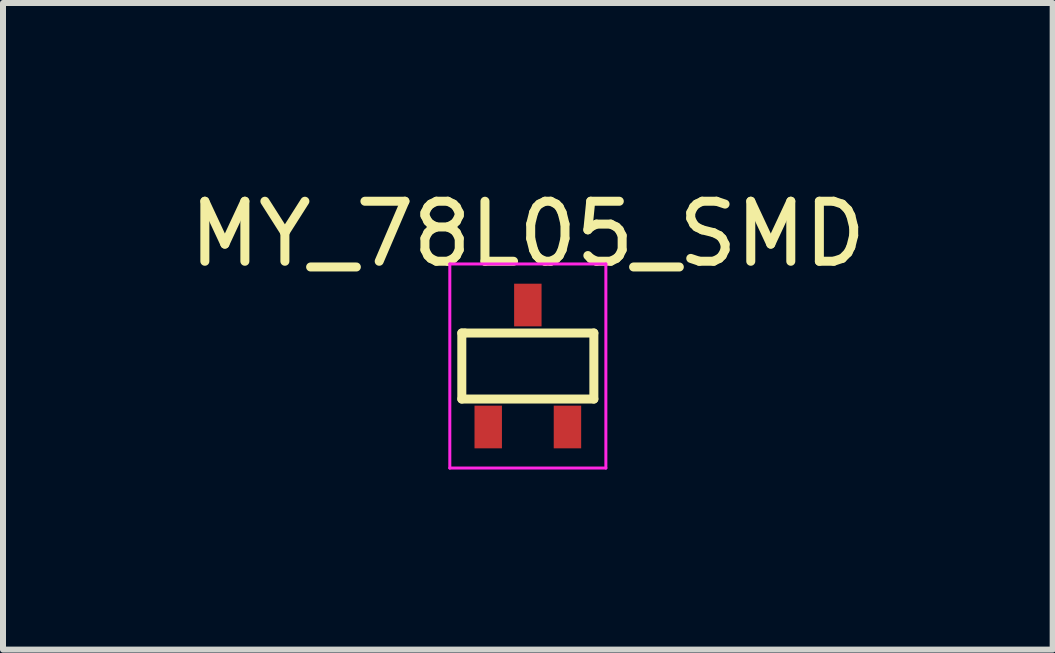
<source format=kicad_pcb>
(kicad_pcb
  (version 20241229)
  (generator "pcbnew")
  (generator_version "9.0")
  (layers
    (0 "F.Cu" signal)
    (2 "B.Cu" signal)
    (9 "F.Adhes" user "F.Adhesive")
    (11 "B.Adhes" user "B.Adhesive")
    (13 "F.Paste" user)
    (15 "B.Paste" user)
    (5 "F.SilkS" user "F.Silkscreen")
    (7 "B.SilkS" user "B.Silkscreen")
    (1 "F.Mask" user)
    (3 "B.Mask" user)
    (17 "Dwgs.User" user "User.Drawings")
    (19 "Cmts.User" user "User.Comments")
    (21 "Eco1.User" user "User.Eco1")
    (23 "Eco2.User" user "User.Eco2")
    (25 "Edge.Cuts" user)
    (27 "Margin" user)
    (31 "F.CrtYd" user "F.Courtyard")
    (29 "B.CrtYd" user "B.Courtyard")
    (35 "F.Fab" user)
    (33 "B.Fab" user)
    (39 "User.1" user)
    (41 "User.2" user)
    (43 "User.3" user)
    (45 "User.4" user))
  (footprint "MY_78L05_SMD"
    (layer "F.Cu")
    (at 5.744 3.048)
    (property "Reference" "MY_78L05_SMD" (at 0 -2.2 0) (layer "F.SilkS") (effects (font (size 1 1) (thickness 0.15))))
    (attr smd)
    (fp_line (start -1.1 -0.55) (end -1.1 0.55) (stroke (width 0.15) (type solid)) (layer "F.SilkS"))
    (fp_line (start -1.1 0.55) (end 1.1 0.55) (stroke (width 0.15) (type solid)) (layer "F.SilkS"))
    (fp_line (start -1.05 -0.55) (end -1.1 -0.55) (stroke (width 0.15) (type solid)) (layer "F.SilkS"))
    (fp_line (start 1.1 -0.55) (end -1.05 -0.55) (stroke (width 0.15) (type solid)) (layer "F.SilkS"))
    (fp_line (start 1.1 0.55) (end 1.1 -0.55) (stroke (width 0.15) (type solid)) (layer "F.SilkS"))
    (fp_line (start -1.3 -1.7) (end 1.3 -1.7) (stroke (width 0.05) (type solid)) (layer "F.CrtYd"))
    (fp_line (start -1.3 1.7) (end -1.3 -1.7) (stroke (width 0.05) (type solid)) (layer "F.CrtYd"))
    (fp_line (start 1.3 -1.7) (end 1.3 1.7) (stroke (width 0.05) (type solid)) (layer "F.CrtYd"))
    (fp_line (start 1.3 1.7) (end -1.3 1.7) (stroke (width 0.05) (type solid)) (layer "F.CrtYd"))
    (pad "1" smd rect (at -0.66 1.016) (size 0.457 0.711) (layers "F.Cu" "F.Mask" "F.Paste"))
    (pad "2" smd rect (at 0.66 1.016) (size 0.457 0.711) (layers "F.Cu" "F.Mask" "F.Paste"))
    (pad "3" smd rect (at 0 -1.016) (size 0.457 0.711) (layers "F.Cu" "F.Mask" "F.Paste")))
  (gr_rect
    (start -3 -3)
    (end 14.488 7.773)
    (stroke (width 0.1) (type default))
    (fill no)
    (layer "Edge.Cuts")))
</source>
